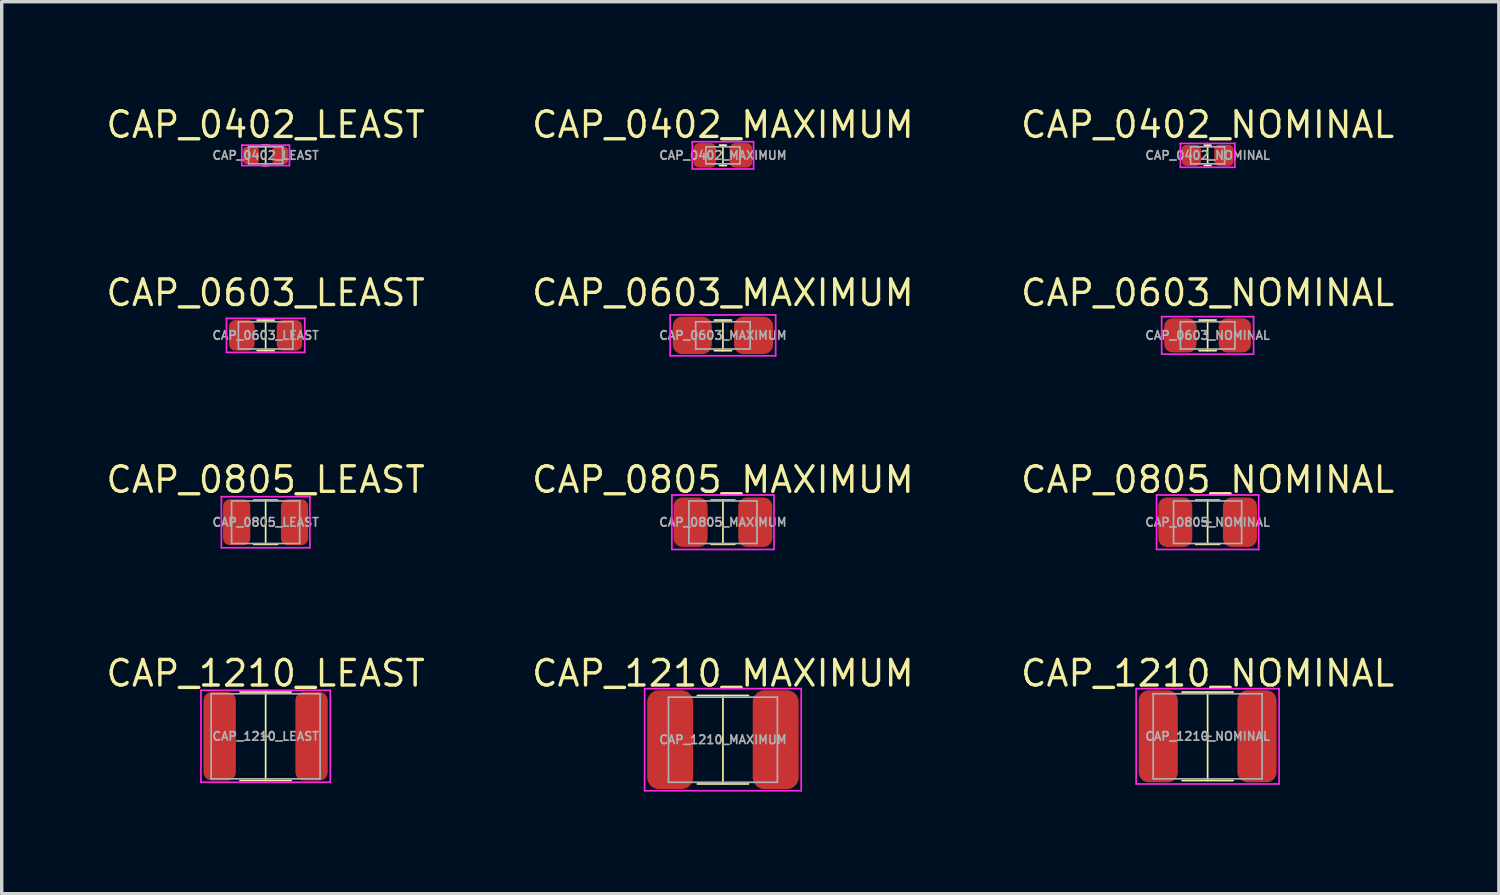
<source format=kicad_pcb>
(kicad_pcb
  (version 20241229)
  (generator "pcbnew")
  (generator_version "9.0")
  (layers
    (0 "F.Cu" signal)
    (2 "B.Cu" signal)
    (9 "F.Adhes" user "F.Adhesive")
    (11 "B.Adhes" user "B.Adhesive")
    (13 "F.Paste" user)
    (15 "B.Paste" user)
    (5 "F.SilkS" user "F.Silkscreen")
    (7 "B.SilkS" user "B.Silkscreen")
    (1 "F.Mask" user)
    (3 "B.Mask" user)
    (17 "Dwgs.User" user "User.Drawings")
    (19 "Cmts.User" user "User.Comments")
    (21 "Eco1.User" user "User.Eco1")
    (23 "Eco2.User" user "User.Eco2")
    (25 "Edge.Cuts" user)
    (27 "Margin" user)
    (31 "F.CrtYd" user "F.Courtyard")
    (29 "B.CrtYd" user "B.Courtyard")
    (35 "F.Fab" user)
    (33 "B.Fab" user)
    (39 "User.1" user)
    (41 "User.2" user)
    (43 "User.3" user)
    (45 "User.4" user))
  (footprint "CAP_0805_LEAST"
    (layer "F.Cu")
    (at 4.754 12.293)
    (property "Reference" "CAP_0805_LEAST" (at 0 -1.25 0) (unlocked yes) (layer "F.SilkS") (effects (font (size 0.75 0.75) (thickness 0.1))))
    (attr smd)
    (fp_line (start -0.35 -0.65) (end 0.35 -0.65) (stroke (width 0.05) (type solid)) (layer "F.SilkS"))
    (fp_line (start 0 -0.65) (end 0 0.65) (stroke (width 0.05) (type solid)) (layer "F.SilkS"))
    (fp_line (start 0.35 0.65) (end -0.35 0.65) (stroke (width 0.05) (type solid)) (layer "F.SilkS"))
    (fp_line (start -1.3 -0.75) (end -1.3 0.75) (stroke (width 0.05) (type solid)) (layer "F.CrtYd"))
    (fp_line (start -1.3 0.75) (end 1.3 0.75) (stroke (width 0.05) (type solid)) (layer "F.CrtYd"))
    (fp_line (start 1.3 -0.75) (end -1.3 -0.75) (stroke (width 0.05) (type solid)) (layer "F.CrtYd"))
    (fp_line (start 1.3 0.75) (end 1.3 -0.75) (stroke (width 0.05) (type solid)) (layer "F.CrtYd"))
    (fp_line (start -1 -0.625) (end -1 0.625) (stroke (width 0.05) (type solid)) (layer "F.Fab"))
    (fp_line (start -1 -0.625) (end 1 -0.625) (stroke (width 0.05) (type solid)) (layer "F.Fab"))
    (fp_line (start -1 0.625) (end 1 0.625) (stroke (width 0.05) (type solid)) (layer "F.Fab"))
    (fp_line (start 1 -0.625) (end 1 0.625) (stroke (width 0.05) (type solid)) (layer "F.Fab"))
    (fp_text user "${REFERENCE}" (at 0 0 0) (unlocked yes) (layer "F.Fab") (effects (font (size 0.25 0.25) (thickness 0.05))))
    (pad "1" smd roundrect (at -0.85 0) (size 0.8 1.35) (layers "F.Cu" "F.Mask" "F.Paste") (roundrect_rratio 0.25))
    (pad "2" smd roundrect (at 0.85 0) (size 0.8 1.35) (layers "F.Cu" "F.Mask" "F.Paste") (roundrect_rratio 0.25)))
  (footprint "CAP_0805_MAXIMUM"
    (layer "F.Cu")
    (at 18.189 12.293)
    (property "Reference" "CAP_0805_MAXIMUM" (at 0 -1.25 0) (unlocked yes) (layer "F.SilkS") (effects (font (size 0.75 0.75) (thickness 0.1))))
    (attr smd)
    (fp_line (start -0.35 -0.65) (end 0.35 -0.65) (stroke (width 0.05) (type solid)) (layer "F.SilkS"))
    (fp_line (start 0 -0.65) (end 0 0.65) (stroke (width 0.05) (type solid)) (layer "F.SilkS"))
    (fp_line (start 0.35 0.65) (end -0.35 0.65) (stroke (width 0.05) (type solid)) (layer "F.SilkS"))
    (fp_line (start -1.5 -0.8) (end -1.5 0.8) (stroke (width 0.05) (type solid)) (layer "F.CrtYd"))
    (fp_line (start -1.5 0.8) (end 1.5 0.8) (stroke (width 0.05) (type solid)) (layer "F.CrtYd"))
    (fp_line (start 1.5 -0.8) (end -1.5 -0.8) (stroke (width 0.05) (type solid)) (layer "F.CrtYd"))
    (fp_line (start 1.5 0.8) (end 1.5 -0.8) (stroke (width 0.05) (type solid)) (layer "F.CrtYd"))
    (fp_line (start -1 -0.625) (end -1 0.625) (stroke (width 0.05) (type solid)) (layer "F.Fab"))
    (fp_line (start -1 -0.625) (end 1 -0.625) (stroke (width 0.05) (type solid)) (layer "F.Fab"))
    (fp_line (start -1 0.625) (end 1 0.625) (stroke (width 0.05) (type solid)) (layer "F.Fab"))
    (fp_line (start 1 -0.625) (end 1 0.625) (stroke (width 0.05) (type solid)) (layer "F.Fab"))
    (fp_text user "${REFERENCE}" (at 0 0 0) (unlocked yes) (layer "F.Fab") (effects (font (size 0.25 0.25) (thickness 0.05))))
    (pad "1" smd roundrect (at -0.95 0) (size 1 1.45) (layers "F.Cu" "F.Mask" "F.Paste") (roundrect_rratio 0.25))
    (pad "2" smd roundrect (at 0.95 0) (size 1 1.45) (layers "F.Cu" "F.Mask" "F.Paste") (roundrect_rratio 0.25)))
  (footprint "CAP_1210_LEAST"
    (layer "F.Cu")
    (at 4.754 18.582)
    (property "Reference" "CAP_1210_LEAST" (at 0 -1.85 0) (unlocked yes) (layer "F.SilkS") (effects (font (size 0.75 0.75) (thickness 0.1))))
    (attr smd)
    (fp_line (start -0.75 -1.3) (end 0.75 -1.3) (stroke (width 0.05) (type solid)) (layer "F.SilkS"))
    (fp_line (start 0 -1.3) (end 0 1.3) (stroke (width 0.05) (type solid)) (layer "F.SilkS"))
    (fp_line (start 0.75 1.3) (end -0.75 1.3) (stroke (width 0.05) (type solid)) (layer "F.SilkS"))
    (fp_line (start -1.9 -1.35) (end -1.9 1.35) (stroke (width 0.05) (type solid)) (layer "F.CrtYd"))
    (fp_line (start -1.9 1.35) (end 1.9 1.35) (stroke (width 0.05) (type solid)) (layer "F.CrtYd"))
    (fp_line (start 1.9 -1.35) (end -1.9 -1.35) (stroke (width 0.05) (type solid)) (layer "F.CrtYd"))
    (fp_line (start 1.9 1.35) (end 1.9 -1.35) (stroke (width 0.05) (type solid)) (layer "F.CrtYd"))
    (fp_line (start -1.6 -1.25) (end -1.6 1.25) (stroke (width 0.05) (type solid)) (layer "F.Fab"))
    (fp_line (start -1.6 -1.25) (end 1.6 -1.25) (stroke (width 0.05) (type solid)) (layer "F.Fab"))
    (fp_line (start -1.6 1.25) (end 1.6 1.25) (stroke (width 0.05) (type solid)) (layer "F.Fab"))
    (fp_line (start -0.1 0) (end 0.1 0) (stroke (width 0.05) (type solid)) (layer "F.Fab"))
    (fp_line (start 0 -0.1) (end 0 0.1) (stroke (width 0.05) (type solid)) (layer "F.Fab"))
    (fp_line (start 1.6 -1.25) (end 1.6 1.25) (stroke (width 0.05) (type solid)) (layer "F.Fab"))
    (fp_text user "${REFERENCE}" (at 0 0 0) (unlocked yes) (layer "F.Fab") (effects (font (size 0.25 0.25) (thickness 0.05))))
    (pad "1" smd roundrect (at -1.35 0) (size 0.95 2.6) (layers "F.Cu" "F.Mask" "F.Paste") (roundrect_rratio 0.25))
    (pad "2" smd roundrect (at 1.35 0) (size 0.95 2.6) (layers "F.Cu" "F.Mask" "F.Paste") (roundrect_rratio 0.25)))
  (footprint "CAP_0603_MAXIMUM"
    (layer "F.Cu")
    (at 18.189 6.803)
    (property "Reference" "CAP_0603_MAXIMUM" (at 0 -1.25 0) (unlocked yes) (layer "F.SilkS") (effects (font (size 0.75 0.75) (thickness 0.1))))
    (attr smd)
    (fp_line (start -0.25 -0.45) (end 0.25 -0.45) (stroke (width 0.05) (type solid)) (layer "F.SilkS"))
    (fp_line (start 0 -0.45) (end 0 0.45) (stroke (width 0.05) (type solid)) (layer "F.SilkS"))
    (fp_line (start 0.25 0.45) (end -0.25 0.45) (stroke (width 0.05) (type solid)) (layer "F.SilkS"))
    (fp_line (start -1.55 -0.6) (end -1.55 0.6) (stroke (width 0.05) (type solid)) (layer "F.CrtYd"))
    (fp_line (start -1.55 0.6) (end 1.55 0.6) (stroke (width 0.05) (type solid)) (layer "F.CrtYd"))
    (fp_line (start 1.55 -0.6) (end -1.55 -0.6) (stroke (width 0.05) (type solid)) (layer "F.CrtYd"))
    (fp_line (start 1.55 0.6) (end 1.55 -0.6) (stroke (width 0.05) (type solid)) (layer "F.CrtYd"))
    (fp_line (start -0.8 -0.4) (end -0.8 0.4) (stroke (width 0.05) (type solid)) (layer "F.Fab"))
    (fp_line (start -0.8 -0.4) (end 0.8 -0.4) (stroke (width 0.05) (type solid)) (layer "F.Fab"))
    (fp_line (start -0.8 0.4) (end 0.8 0.4) (stroke (width 0.05) (type solid)) (layer "F.Fab"))
    (fp_line (start 0.8 -0.4) (end 0.8 0.4) (stroke (width 0.05) (type solid)) (layer "F.Fab"))
    (fp_text user "${REFERENCE}" (at 0 0 0) (unlocked yes) (layer "F.Fab") (effects (font (size 0.25 0.25) (thickness 0.05))))
    (pad "1" smd roundrect (at -0.9 0) (size 1.15 1.1) (layers "F.Cu" "F.Mask" "F.Paste") (roundrect_rratio 0.25))
    (pad "2" smd roundrect (at 0.9 0) (size 1.15 1.1) (layers "F.Cu" "F.Mask" "F.Paste") (roundrect_rratio 0.25)))
  (footprint "CAP_1210_NOMINAL"
    (layer "F.Cu")
    (at 32.429 18.582)
    (property "Reference" "CAP_1210_NOMINAL" (at 0 -1.85 0) (unlocked yes) (layer "F.SilkS") (effects (font (size 0.75 0.75) (thickness 0.1))))
    (attr smd)
    (fp_line (start -0.75 -1.3) (end 0.75 -1.3) (stroke (width 0.05) (type solid)) (layer "F.SilkS"))
    (fp_line (start 0 -1.3) (end 0 1.3) (stroke (width 0.05) (type solid)) (layer "F.SilkS"))
    (fp_line (start 0.75 1.3) (end -0.75 1.3) (stroke (width 0.05) (type solid)) (layer "F.SilkS"))
    (fp_line (start -2.1 -1.4) (end -2.1 1.4) (stroke (width 0.05) (type solid)) (layer "F.CrtYd"))
    (fp_line (start -2.1 1.4) (end 2.1 1.4) (stroke (width 0.05) (type solid)) (layer "F.CrtYd"))
    (fp_line (start 2.1 -1.4) (end -2.1 -1.4) (stroke (width 0.05) (type solid)) (layer "F.CrtYd"))
    (fp_line (start 2.1 1.4) (end 2.1 -1.4) (stroke (width 0.05) (type solid)) (layer "F.CrtYd"))
    (fp_line (start -1.6 -1.25) (end -1.6 1.25) (stroke (width 0.05) (type solid)) (layer "F.Fab"))
    (fp_line (start -1.6 -1.25) (end 1.6 -1.25) (stroke (width 0.05) (type solid)) (layer "F.Fab"))
    (fp_line (start -1.6 1.25) (end 1.6 1.25) (stroke (width 0.05) (type solid)) (layer "F.Fab"))
    (fp_line (start -0.1 0) (end 0.1 0) (stroke (width 0.05) (type solid)) (layer "F.Fab"))
    (fp_line (start 0 -0.1) (end 0 0.1) (stroke (width 0.05) (type solid)) (layer "F.Fab"))
    (fp_line (start 1.6 -1.25) (end 1.6 1.25) (stroke (width 0.05) (type solid)) (layer "F.Fab"))
    (fp_text user "${REFERENCE}" (at 0 0 0) (unlocked yes) (layer "F.Fab") (effects (font (size 0.25 0.25) (thickness 0.05))))
    (pad "1" smd roundrect (at -1.45 0) (size 1.15 2.7) (layers "F.Cu" "F.Mask" "F.Paste") (roundrect_rratio 0.25))
    (pad "2" smd roundrect (at 1.45 0) (size 1.15 2.7) (layers "F.Cu" "F.Mask" "F.Paste") (roundrect_rratio 0.25)))
  (footprint "CAP_0603_LEAST"
    (layer "F.Cu")
    (at 4.754 6.803)
    (property "Reference" "CAP_0603_LEAST" (at 0 -1.25 0) (unlocked yes) (layer "F.SilkS") (effects (font (size 0.75 0.75) (thickness 0.1))))
    (attr smd)
    (fp_line (start -0.25 -0.45) (end 0.25 -0.45) (stroke (width 0.05) (type solid)) (layer "F.SilkS"))
    (fp_line (start 0 -0.45) (end 0 0.45) (stroke (width 0.05) (type solid)) (layer "F.SilkS"))
    (fp_line (start 0.25 0.45) (end -0.25 0.45) (stroke (width 0.05) (type solid)) (layer "F.SilkS"))
    (fp_line (start -1.15 -0.5) (end -1.15 0.5) (stroke (width 0.05) (type solid)) (layer "F.CrtYd"))
    (fp_line (start -1.15 0.5) (end 1.15 0.5) (stroke (width 0.05) (type solid)) (layer "F.CrtYd"))
    (fp_line (start 1.15 -0.5) (end -1.15 -0.5) (stroke (width 0.05) (type solid)) (layer "F.CrtYd"))
    (fp_line (start 1.15 0.5) (end 1.15 -0.5) (stroke (width 0.05) (type solid)) (layer "F.CrtYd"))
    (fp_line (start -0.8 -0.4) (end -0.8 0.4) (stroke (width 0.05) (type solid)) (layer "F.Fab"))
    (fp_line (start -0.8 -0.4) (end 0.8 -0.4) (stroke (width 0.05) (type solid)) (layer "F.Fab"))
    (fp_line (start -0.8 0.4) (end 0.8 0.4) (stroke (width 0.05) (type solid)) (layer "F.Fab"))
    (fp_line (start 0.8 -0.4) (end 0.8 0.4) (stroke (width 0.05) (type solid)) (layer "F.Fab"))
    (fp_text user "${REFERENCE}" (at 0 0 0) (unlocked yes) (layer "F.Fab") (effects (font (size 0.25 0.25) (thickness 0.05))))
    (pad "1" smd roundrect (at -0.7 0) (size 0.75 0.9) (layers "F.Cu" "F.Mask" "F.Paste") (roundrect_rratio 0.25))
    (pad "2" smd roundrect (at 0.7 0) (size 0.75 0.9) (layers "F.Cu" "F.Mask" "F.Paste") (roundrect_rratio 0.25)))
  (footprint "CAP_0402_LEAST"
    (layer "F.Cu")
    (at 4.754 1.514)
    (property "Reference" "CAP_0402_LEAST" (at 0 -0.9 0) (unlocked yes) (layer "F.SilkS") (effects (font (size 0.75 0.75) (thickness 0.1))))
    (attr smd)
    (fp_line (start -0.1 -0.3) (end 0.1 -0.3) (stroke (width 0.05) (type solid)) (layer "F.SilkS"))
    (fp_line (start 0 -0.3) (end 0 0.3) (stroke (width 0.05) (type solid)) (layer "F.SilkS"))
    (fp_line (start 0.1 0.3) (end -0.1 0.3) (stroke (width 0.05) (type solid)) (layer "F.SilkS"))
    (fp_line (start -0.7 -0.3) (end -0.7 0.3) (stroke (width 0.05) (type solid)) (layer "F.CrtYd"))
    (fp_line (start -0.7 0.3) (end 0.7 0.3) (stroke (width 0.05) (type solid)) (layer "F.CrtYd"))
    (fp_line (start 0 -0.3) (end -0.7 -0.3) (stroke (width 0.05) (type solid)) (layer "F.CrtYd"))
    (fp_line (start 0.7 -0.3) (end 0 -0.3) (stroke (width 0.05) (type solid)) (layer "F.CrtYd"))
    (fp_line (start 0.7 0.3) (end 0.7 -0.3) (stroke (width 0.05) (type solid)) (layer "F.CrtYd"))
    (fp_line (start -0.5 -0.25) (end -0.5 0.25) (stroke (width 0.05) (type solid)) (layer "F.Fab"))
    (fp_line (start -0.5 -0.25) (end 0.5 -0.25) (stroke (width 0.05) (type solid)) (layer "F.Fab"))
    (fp_line (start -0.5 0.25) (end 0.5 0.25) (stroke (width 0.05) (type solid)) (layer "F.Fab"))
    (fp_line (start 0.5 -0.25) (end 0.5 0.25) (stroke (width 0.05) (type solid)) (layer "F.Fab"))
    (fp_text user "${REFERENCE}" (at 0 0 0) (unlocked yes) (layer "F.Fab") (effects (font (size 0.25 0.25) (thickness 0.05))))
    (pad "1" smd roundrect (at -0.43 0) (size 0.47 0.52) (layers "F.Cu" "F.Mask" "F.Paste") (roundrect_rratio 0.25))
    (pad "2" smd roundrect (at 0.43 0) (size 0.47 0.52) (layers "F.Cu" "F.Mask" "F.Paste") (roundrect_rratio 0.25)))
  (footprint "CAP_0402_MAXIMUM"
    (layer "F.Cu")
    (at 18.189 1.514)
    (property "Reference" "CAP_0402_MAXIMUM" (at 0 -0.9 0) (unlocked yes) (layer "F.SilkS") (effects (font (size 0.75 0.75) (thickness 0.1))))
    (attr smd)
    (fp_line (start -0.1 -0.3) (end 0.1 -0.3) (stroke (width 0.05) (type solid)) (layer "F.SilkS"))
    (fp_line (start 0 -0.3) (end 0 0.3) (stroke (width 0.05) (type solid)) (layer "F.SilkS"))
    (fp_line (start 0.1 0.3) (end -0.1 0.3) (stroke (width 0.05) (type solid)) (layer "F.SilkS"))
    (fp_line (start -0.9 -0.4) (end -0.9 0.4) (stroke (width 0.05) (type solid)) (layer "F.CrtYd"))
    (fp_line (start -0.9 0.4) (end 0.9 0.4) (stroke (width 0.05) (type solid)) (layer "F.CrtYd"))
    (fp_line (start 0 -0.4) (end -0.9 -0.4) (stroke (width 0.05) (type solid)) (layer "F.CrtYd"))
    (fp_line (start 0.9 -0.4) (end 0 -0.4) (stroke (width 0.05) (type solid)) (layer "F.CrtYd"))
    (fp_line (start 0.9 0.4) (end 0.9 -0.4) (stroke (width 0.05) (type solid)) (layer "F.CrtYd"))
    (fp_line (start -0.5 -0.25) (end -0.5 0.25) (stroke (width 0.05) (type solid)) (layer "F.Fab"))
    (fp_line (start -0.5 -0.25) (end 0.5 -0.25) (stroke (width 0.05) (type solid)) (layer "F.Fab"))
    (fp_line (start -0.5 0.25) (end 0.5 0.25) (stroke (width 0.05) (type solid)) (layer "F.Fab"))
    (fp_line (start 0.5 -0.25) (end 0.5 0.25) (stroke (width 0.05) (type solid)) (layer "F.Fab"))
    (fp_text user "${REFERENCE}" (at 0 0 0) (unlocked yes) (layer "F.Fab") (effects (font (size 0.25 0.25) (thickness 0.05))))
    (pad "1" smd roundrect (at -0.53 0) (size 0.67 0.72) (layers "F.Cu" "F.Mask" "F.Paste") (roundrect_rratio 0.25))
    (pad "2" smd roundrect (at 0.53 0) (size 0.67 0.72) (layers "F.Cu" "F.Mask" "F.Paste") (roundrect_rratio 0.25)))
  (footprint "CAP_0805_NOMINAL"
    (layer "F.Cu")
    (at 32.429 12.293)
    (property "Reference" "CAP_0805_NOMINAL" (at 0 -1.25 0) (unlocked yes) (layer "F.SilkS") (effects (font (size 0.75 0.75) (thickness 0.1))))
    (attr smd)
    (fp_line (start -0.35 -0.65) (end 0.35 -0.65) (stroke (width 0.05) (type solid)) (layer "F.SilkS"))
    (fp_line (start 0 -0.65) (end 0 0.65) (stroke (width 0.05) (type solid)) (layer "F.SilkS"))
    (fp_line (start 0.35 0.65) (end -0.35 0.65) (stroke (width 0.05) (type solid)) (layer "F.SilkS"))
    (fp_line (start -1.5 -0.8) (end -1.5 0.8) (stroke (width 0.05) (type solid)) (layer "F.CrtYd"))
    (fp_line (start -1.5 0.8) (end 1.5 0.8) (stroke (width 0.05) (type solid)) (layer "F.CrtYd"))
    (fp_line (start 1.5 -0.8) (end -1.5 -0.8) (stroke (width 0.05) (type solid)) (layer "F.CrtYd"))
    (fp_line (start 1.5 0.8) (end 1.5 -0.8) (stroke (width 0.05) (type solid)) (layer "F.CrtYd"))
    (fp_line (start -1 -0.625) (end -1 0.625) (stroke (width 0.05) (type solid)) (layer "F.Fab"))
    (fp_line (start -1 -0.625) (end 1 -0.625) (stroke (width 0.05) (type solid)) (layer "F.Fab"))
    (fp_line (start -1 0.625) (end 1 0.625) (stroke (width 0.05) (type solid)) (layer "F.Fab"))
    (fp_line (start -0.1 0) (end 0.1 0) (stroke (width 0.05) (type solid)) (layer "F.Fab"))
    (fp_line (start 0 -0.1) (end 0 0.1) (stroke (width 0.05) (type solid)) (layer "F.Fab"))
    (fp_line (start 1 -0.625) (end 1 0.625) (stroke (width 0.05) (type solid)) (layer "F.Fab"))
    (fp_text user "${REFERENCE}" (at 0 0 0) (unlocked yes) (layer "F.Fab") (effects (font (size 0.25 0.25) (thickness 0.05))))
    (pad "1" smd roundrect (at -0.95 0) (size 1 1.45) (layers "F.Cu" "F.Mask" "F.Paste") (roundrect_rratio 0.25))
    (pad "2" smd roundrect (at 0.95 0) (size 1 1.45) (layers "F.Cu" "F.Mask" "F.Paste") (roundrect_rratio 0.25)))
  (footprint "CAP_0603_NOMINAL"
    (layer "F.Cu")
    (at 32.429 6.803)
    (property "Reference" "CAP_0603_NOMINAL" (at 0 -1.25 0) (unlocked yes) (layer "F.SilkS") (effects (font (size 0.75 0.75) (thickness 0.1))))
    (attr smd)
    (fp_line (start -0.25 -0.45) (end 0.25 -0.45) (stroke (width 0.05) (type solid)) (layer "F.SilkS"))
    (fp_line (start 0 -0.45) (end 0 0.45) (stroke (width 0.05) (type solid)) (layer "F.SilkS"))
    (fp_line (start 0.25 0.45) (end -0.25 0.45) (stroke (width 0.05) (type solid)) (layer "F.SilkS"))
    (fp_line (start -1.35 -0.55) (end -1.35 0.55) (stroke (width 0.05) (type solid)) (layer "F.CrtYd"))
    (fp_line (start -1.35 0.55) (end 1.35 0.55) (stroke (width 0.05) (type solid)) (layer "F.CrtYd"))
    (fp_line (start 1.35 -0.55) (end -1.35 -0.55) (stroke (width 0.05) (type solid)) (layer "F.CrtYd"))
    (fp_line (start 1.35 0.55) (end 1.35 -0.55) (stroke (width 0.05) (type solid)) (layer "F.CrtYd"))
    (fp_line (start -0.8 -0.4) (end -0.8 0.4) (stroke (width 0.05) (type solid)) (layer "F.Fab"))
    (fp_line (start -0.8 -0.4) (end 0.8 -0.4) (stroke (width 0.05) (type solid)) (layer "F.Fab"))
    (fp_line (start -0.8 0.4) (end 0.8 0.4) (stroke (width 0.05) (type solid)) (layer "F.Fab"))
    (fp_line (start 0.8 -0.4) (end 0.8 0.4) (stroke (width 0.05) (type solid)) (layer "F.Fab"))
    (fp_text user "${REFERENCE}" (at 0 0 0) (unlocked yes) (layer "F.Fab") (effects (font (size 0.25 0.25) (thickness 0.05))))
    (pad "1" smd roundrect (at -0.8 0) (size 0.95 1) (layers "F.Cu" "F.Mask" "F.Paste") (roundrect_rratio 0.25))
    (pad "2" smd roundrect (at 0.8 0) (size 0.95 1) (layers "F.Cu" "F.Mask" "F.Paste") (roundrect_rratio 0.25)))
  (footprint "CAP_1210_MAXIMUM"
    (layer "F.Cu")
    (at 18.189 18.682)
    (property "Reference" "CAP_1210_MAXIMUM" (at 0 -1.95 0) (unlocked yes) (layer "F.SilkS") (effects (font (size 0.75 0.75) (thickness 0.1))))
    (attr smd)
    (fp_line (start -0.75 -1.3) (end 0.75 -1.3) (stroke (width 0.05) (type solid)) (layer "F.SilkS"))
    (fp_line (start 0 -1.3) (end 0 1.3) (stroke (width 0.05) (type solid)) (layer "F.SilkS"))
    (fp_line (start 0.75 1.3) (end -0.75 1.3) (stroke (width 0.05) (type solid)) (layer "F.SilkS"))
    (fp_line (start -2.3 -1.5) (end -2.3 1.5) (stroke (width 0.05) (type solid)) (layer "F.CrtYd"))
    (fp_line (start -2.3 1.5) (end 2.3 1.5) (stroke (width 0.05) (type solid)) (layer "F.CrtYd"))
    (fp_line (start 2.3 -1.5) (end -2.3 -1.5) (stroke (width 0.05) (type solid)) (layer "F.CrtYd"))
    (fp_line (start 2.3 1.5) (end 2.3 -1.5) (stroke (width 0.05) (type solid)) (layer "F.CrtYd"))
    (fp_line (start -1.6 -1.25) (end -1.6 1.25) (stroke (width 0.05) (type solid)) (layer "F.Fab"))
    (fp_line (start -1.6 -1.25) (end 1.6 -1.25) (stroke (width 0.05) (type solid)) (layer "F.Fab"))
    (fp_line (start -1.6 1.25) (end 1.6 1.25) (stroke (width 0.05) (type solid)) (layer "F.Fab"))
    (fp_line (start 1.6 -1.25) (end 1.6 1.25) (stroke (width 0.05) (type solid)) (layer "F.Fab"))
    (fp_text user "${REFERENCE}" (at 0 0 0) (unlocked yes) (layer "F.Fab") (effects (font (size 0.25 0.25) (thickness 0.05))))
    (pad "1" smd roundrect (at -1.55 0) (size 1.35 2.9) (layers "F.Cu" "F.Mask" "F.Paste") (roundrect_rratio 0.25))
    (pad "2" smd roundrect (at 1.55 0) (size 1.35 2.9) (layers "F.Cu" "F.Mask" "F.Paste") (roundrect_rratio 0.25)))
  (footprint "CAP_0402_NOMINAL"
    (layer "F.Cu")
    (at 32.429 1.514)
    (property "Reference" "CAP_0402_NOMINAL" (at 0 -0.9 0) (unlocked yes) (layer "F.SilkS") (effects (font (size 0.75 0.75) (thickness 0.1))))
    (attr smd)
    (fp_line (start -0.1 -0.3) (end 0.1 -0.3) (stroke (width 0.05) (type solid)) (layer "F.SilkS"))
    (fp_line (start 0 -0.3) (end 0 0.3) (stroke (width 0.05) (type solid)) (layer "F.SilkS"))
    (fp_line (start 0.1 0.3) (end -0.1 0.3) (stroke (width 0.05) (type solid)) (layer "F.SilkS"))
    (fp_line (start -0.8 -0.35) (end -0.8 0.35) (stroke (width 0.05) (type solid)) (layer "F.CrtYd"))
    (fp_line (start -0.8 0.35) (end 0.8 0.35) (stroke (width 0.05) (type solid)) (layer "F.CrtYd"))
    (fp_line (start 0 -0.35) (end -0.8 -0.35) (stroke (width 0.05) (type solid)) (layer "F.CrtYd"))
    (fp_line (start 0.8 -0.35) (end 0 -0.35) (stroke (width 0.05) (type solid)) (layer "F.CrtYd"))
    (fp_line (start 0.8 0.35) (end 0.8 -0.35) (stroke (width 0.05) (type solid)) (layer "F.CrtYd"))
    (fp_line (start -0.5 -0.25) (end -0.5 0.25) (stroke (width 0.05) (type solid)) (layer "F.Fab"))
    (fp_line (start -0.5 -0.25) (end 0.5 -0.25) (stroke (width 0.05) (type solid)) (layer "F.Fab"))
    (fp_line (start -0.5 0.25) (end 0.5 0.25) (stroke (width 0.05) (type solid)) (layer "F.Fab"))
    (fp_line (start 0.5 -0.25) (end 0.5 0.25) (stroke (width 0.05) (type solid)) (layer "F.Fab"))
    (fp_text user "${REFERENCE}" (at 0 0 0) (unlocked yes) (layer "F.Fab") (effects (font (size 0.25 0.25) (thickness 0.05))))
    (pad "1" smd roundrect (at -0.48 0) (size 0.57 0.62) (layers "F.Cu" "F.Mask" "F.Paste") (roundrect_rratio 0.25))
    (pad "2" smd roundrect (at 0.48 0) (size 0.57 0.62) (layers "F.Cu" "F.Mask" "F.Paste") (roundrect_rratio 0.25)))
  (gr_rect
    (start -3 -3)
    (end 40.986 23.207)
    (stroke (width 0.1) (type default))
    (fill no)
    (layer "Edge.Cuts")))
</source>
